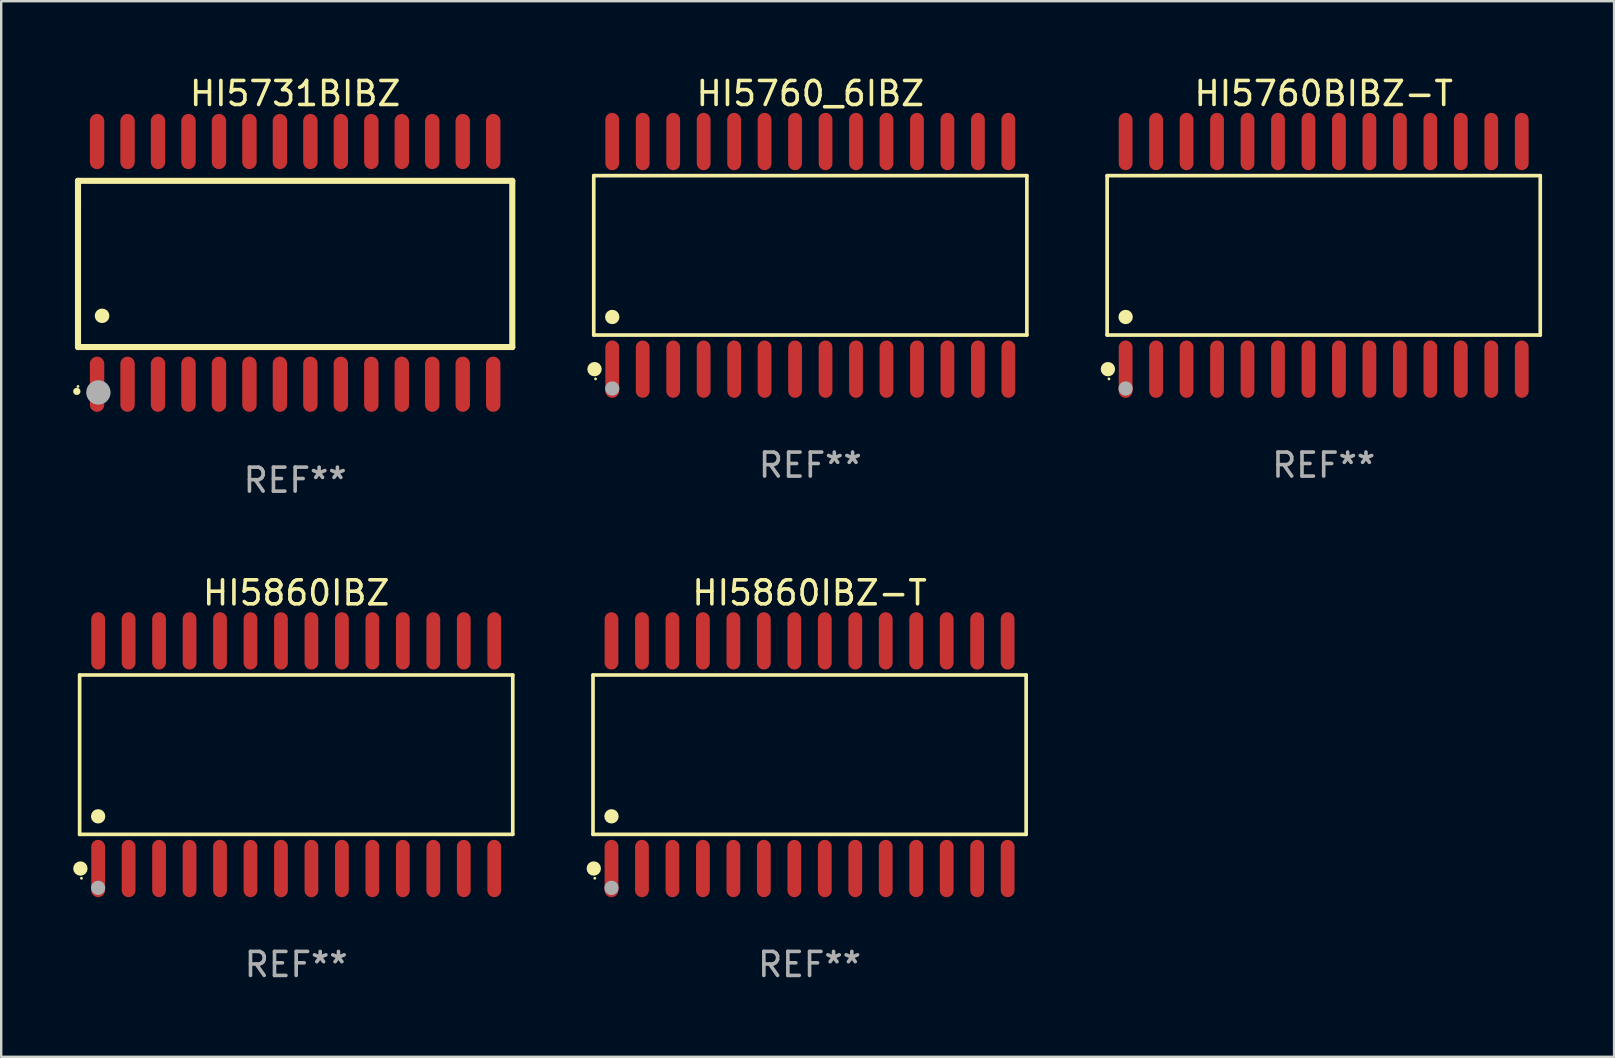
<source format=kicad_pcb>
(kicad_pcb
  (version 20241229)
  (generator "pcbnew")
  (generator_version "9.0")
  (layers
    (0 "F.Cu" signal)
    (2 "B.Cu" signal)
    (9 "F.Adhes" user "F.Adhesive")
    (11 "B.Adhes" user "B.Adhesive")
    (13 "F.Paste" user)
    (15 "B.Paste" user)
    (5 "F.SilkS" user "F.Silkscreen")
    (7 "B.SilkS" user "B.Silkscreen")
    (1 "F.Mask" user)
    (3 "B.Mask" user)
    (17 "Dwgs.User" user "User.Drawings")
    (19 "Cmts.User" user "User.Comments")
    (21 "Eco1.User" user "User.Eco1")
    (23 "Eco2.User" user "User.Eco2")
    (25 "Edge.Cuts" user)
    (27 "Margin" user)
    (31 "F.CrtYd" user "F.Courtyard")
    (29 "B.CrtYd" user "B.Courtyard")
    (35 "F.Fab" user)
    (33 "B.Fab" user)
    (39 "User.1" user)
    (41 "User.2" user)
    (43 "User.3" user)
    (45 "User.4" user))
  (footprint "HI5860IBZ-T"
    (layer "F.Cu")
    (at 30.691 28.404)
    (property "Reference" "HI5860IBZ-T" (at 0 -6.744 0) (layer "F.SilkS") (effects (font (size 1 1) (thickness 0.15))))
    (attr through_hole)
    (fp_line (start -9.026 -3.321) (end 9.026 -3.321) (stroke (width 0.152) (type solid)) (layer "F.SilkS"))
    (fp_line (start -9.026 3.321) (end -9.026 -3.321) (stroke (width 0.152) (type solid)) (layer "F.SilkS"))
    (fp_line (start 9.026 -3.321) (end 9.026 3.321) (stroke (width 0.152) (type solid)) (layer "F.SilkS"))
    (fp_line (start 9.026 3.321) (end -9.026 3.321) (stroke (width 0.152) (type solid)) (layer "F.SilkS"))
    (fp_circle (center -8.994 4.744) (end -8.844 4.744) (stroke (width 0.3) (type solid)) (fill no) (layer "F.SilkS"))
    (fp_circle (center -8.95 5.15) (end -8.92 5.15) (stroke (width 0.06) (type solid)) (fill no) (layer "F.SilkS"))
    (fp_circle (center -8.255 2.569) (end -8.105 2.569) (stroke (width 0.3) (type solid)) (fill no) (layer "F.SilkS"))
    (fp_circle (center -8.255 5.55) (end -8.105 5.55) (stroke (width 0.3) (type solid)) (fill no) (layer "F.Fab"))
    (fp_text user "REF**" (at 0 8.744 0) (layer "F.Fab") (effects (font (size 1 1) (thickness 0.15))))
    (pad "1" smd oval (at -8.255 4.744) (size 0.574 2.388) (layers "F.Cu" "F.Mask" "F.Paste"))
    (pad "2" smd oval (at -6.985 4.744) (size 0.574 2.388) (layers "F.Cu" "F.Mask" "F.Paste"))
    (pad "3" smd oval (at -5.715 4.744) (size 0.574 2.388) (layers "F.Cu" "F.Mask" "F.Paste"))
    (pad "4" smd oval (at -4.445 4.744) (size 0.574 2.388) (layers "F.Cu" "F.Mask" "F.Paste"))
    (pad "5" smd oval (at -3.175 4.744) (size 0.574 2.388) (layers "F.Cu" "F.Mask" "F.Paste"))
    (pad "6" smd oval (at -1.905 4.744) (size 0.574 2.388) (layers "F.Cu" "F.Mask" "F.Paste"))
    (pad "7" smd oval (at -0.635 4.744) (size 0.574 2.388) (layers "F.Cu" "F.Mask" "F.Paste"))
    (pad "8" smd oval (at 0.635 4.744) (size 0.574 2.388) (layers "F.Cu" "F.Mask" "F.Paste"))
    (pad "9" smd oval (at 1.905 4.744) (size 0.574 2.388) (layers "F.Cu" "F.Mask" "F.Paste"))
    (pad "10" smd oval (at 3.175 4.744) (size 0.574 2.388) (layers "F.Cu" "F.Mask" "F.Paste"))
    (pad "11" smd oval (at 4.445 4.744) (size 0.574 2.388) (layers "F.Cu" "F.Mask" "F.Paste"))
    (pad "12" smd oval (at 5.715 4.744) (size 0.574 2.388) (layers "F.Cu" "F.Mask" "F.Paste"))
    (pad "13" smd oval (at 6.985 4.744) (size 0.574 2.388) (layers "F.Cu" "F.Mask" "F.Paste"))
    (pad "14" smd oval (at 8.255 4.744) (size 0.574 2.388) (layers "F.Cu" "F.Mask" "F.Paste"))
    (pad "15" smd oval (at 8.255 -4.744) (size 0.574 2.388) (layers "F.Cu" "F.Mask" "F.Paste"))
    (pad "16" smd oval (at 6.985 -4.744) (size 0.574 2.388) (layers "F.Cu" "F.Mask" "F.Paste"))
    (pad "17" smd oval (at 5.715 -4.744) (size 0.574 2.388) (layers "F.Cu" "F.Mask" "F.Paste"))
    (pad "18" smd oval (at 4.445 -4.744) (size 0.574 2.388) (layers "F.Cu" "F.Mask" "F.Paste"))
    (pad "19" smd oval (at 3.175 -4.744) (size 0.574 2.388) (layers "F.Cu" "F.Mask" "F.Paste"))
    (pad "20" smd oval (at 1.905 -4.744) (size 0.574 2.388) (layers "F.Cu" "F.Mask" "F.Paste"))
    (pad "21" smd oval (at 0.635 -4.744) (size 0.574 2.388) (layers "F.Cu" "F.Mask" "F.Paste"))
    (pad "22" smd oval (at -0.635 -4.744) (size 0.574 2.388) (layers "F.Cu" "F.Mask" "F.Paste"))
    (pad "23" smd oval (at -1.905 -4.744) (size 0.574 2.388) (layers "F.Cu" "F.Mask" "F.Paste"))
    (pad "24" smd oval (at -3.175 -4.744) (size 0.574 2.388) (layers "F.Cu" "F.Mask" "F.Paste"))
    (pad "25" smd oval (at -4.445 -4.744) (size 0.574 2.388) (layers "F.Cu" "F.Mask" "F.Paste"))
    (pad "26" smd oval (at -5.715 -4.744) (size 0.574 2.388) (layers "F.Cu" "F.Mask" "F.Paste"))
    (pad "27" smd oval (at -6.985 -4.744) (size 0.574 2.388) (layers "F.Cu" "F.Mask" "F.Paste"))
    (pad "28" smd oval (at -8.255 -4.744) (size 0.574 2.388) (layers "F.Cu" "F.Mask" "F.Paste")))
  (footprint "HI5760BIBZ-T"
    (layer "F.Cu")
    (at 52.119 7.592)
    (property "Reference" "HI5760BIBZ-T" (at 0 -6.744 0) (layer "F.SilkS") (effects (font (size 1 1) (thickness 0.15))))
    (attr through_hole)
    (fp_line (start -9.026 -3.321) (end 9.026 -3.321) (stroke (width 0.152) (type solid)) (layer "F.SilkS"))
    (fp_line (start -9.026 3.321) (end -9.026 -3.321) (stroke (width 0.152) (type solid)) (layer "F.SilkS"))
    (fp_line (start 9.026 -3.321) (end 9.026 3.321) (stroke (width 0.152) (type solid)) (layer "F.SilkS"))
    (fp_line (start 9.026 3.321) (end -9.026 3.321) (stroke (width 0.152) (type solid)) (layer "F.SilkS"))
    (fp_circle (center -8.994 4.744) (end -8.844 4.744) (stroke (width 0.3) (type solid)) (fill no) (layer "F.SilkS"))
    (fp_circle (center -8.95 5.15) (end -8.92 5.15) (stroke (width 0.06) (type solid)) (fill no) (layer "F.SilkS"))
    (fp_circle (center -8.255 2.569) (end -8.105 2.569) (stroke (width 0.3) (type solid)) (fill no) (layer "F.SilkS"))
    (fp_circle (center -8.255 5.55) (end -8.105 5.55) (stroke (width 0.3) (type solid)) (fill no) (layer "F.Fab"))
    (fp_text user "REF**" (at 0 8.744 0) (layer "F.Fab") (effects (font (size 1 1) (thickness 0.15))))
    (pad "1" smd oval (at -8.255 4.744) (size 0.574 2.388) (layers "F.Cu" "F.Mask" "F.Paste"))
    (pad "2" smd oval (at -6.985 4.744) (size 0.574 2.388) (layers "F.Cu" "F.Mask" "F.Paste"))
    (pad "3" smd oval (at -5.715 4.744) (size 0.574 2.388) (layers "F.Cu" "F.Mask" "F.Paste"))
    (pad "4" smd oval (at -4.445 4.744) (size 0.574 2.388) (layers "F.Cu" "F.Mask" "F.Paste"))
    (pad "5" smd oval (at -3.175 4.744) (size 0.574 2.388) (layers "F.Cu" "F.Mask" "F.Paste"))
    (pad "6" smd oval (at -1.905 4.744) (size 0.574 2.388) (layers "F.Cu" "F.Mask" "F.Paste"))
    (pad "7" smd oval (at -0.635 4.744) (size 0.574 2.388) (layers "F.Cu" "F.Mask" "F.Paste"))
    (pad "8" smd oval (at 0.635 4.744) (size 0.574 2.388) (layers "F.Cu" "F.Mask" "F.Paste"))
    (pad "9" smd oval (at 1.905 4.744) (size 0.574 2.388) (layers "F.Cu" "F.Mask" "F.Paste"))
    (pad "10" smd oval (at 3.175 4.744) (size 0.574 2.388) (layers "F.Cu" "F.Mask" "F.Paste"))
    (pad "11" smd oval (at 4.445 4.744) (size 0.574 2.388) (layers "F.Cu" "F.Mask" "F.Paste"))
    (pad "12" smd oval (at 5.715 4.744) (size 0.574 2.388) (layers "F.Cu" "F.Mask" "F.Paste"))
    (pad "13" smd oval (at 6.985 4.744) (size 0.574 2.388) (layers "F.Cu" "F.Mask" "F.Paste"))
    (pad "14" smd oval (at 8.255 4.744) (size 0.574 2.388) (layers "F.Cu" "F.Mask" "F.Paste"))
    (pad "15" smd oval (at 8.255 -4.744) (size 0.574 2.388) (layers "F.Cu" "F.Mask" "F.Paste"))
    (pad "16" smd oval (at 6.985 -4.744) (size 0.574 2.388) (layers "F.Cu" "F.Mask" "F.Paste"))
    (pad "17" smd oval (at 5.715 -4.744) (size 0.574 2.388) (layers "F.Cu" "F.Mask" "F.Paste"))
    (pad "18" smd oval (at 4.445 -4.744) (size 0.574 2.388) (layers "F.Cu" "F.Mask" "F.Paste"))
    (pad "19" smd oval (at 3.175 -4.744) (size 0.574 2.388) (layers "F.Cu" "F.Mask" "F.Paste"))
    (pad "20" smd oval (at 1.905 -4.744) (size 0.574 2.388) (layers "F.Cu" "F.Mask" "F.Paste"))
    (pad "21" smd oval (at 0.635 -4.744) (size 0.574 2.388) (layers "F.Cu" "F.Mask" "F.Paste"))
    (pad "22" smd oval (at -0.635 -4.744) (size 0.574 2.388) (layers "F.Cu" "F.Mask" "F.Paste"))
    (pad "23" smd oval (at -1.905 -4.744) (size 0.574 2.388) (layers "F.Cu" "F.Mask" "F.Paste"))
    (pad "24" smd oval (at -3.175 -4.744) (size 0.574 2.388) (layers "F.Cu" "F.Mask" "F.Paste"))
    (pad "25" smd oval (at -4.445 -4.744) (size 0.574 2.388) (layers "F.Cu" "F.Mask" "F.Paste"))
    (pad "26" smd oval (at -5.715 -4.744) (size 0.574 2.388) (layers "F.Cu" "F.Mask" "F.Paste"))
    (pad "27" smd oval (at -6.985 -4.744) (size 0.574 2.388) (layers "F.Cu" "F.Mask" "F.Paste"))
    (pad "28" smd oval (at -8.255 -4.744) (size 0.574 2.388) (layers "F.Cu" "F.Mask" "F.Paste")))
  (footprint "HI5860IBZ"
    (layer "F.Cu")
    (at 9.295 28.404)
    (property "Reference" "HI5860IBZ" (at 0 -6.744 0) (layer "F.SilkS") (effects (font (size 1 1) (thickness 0.15))))
    (attr through_hole)
    (fp_line (start -9.026 -3.321) (end 9.026 -3.321) (stroke (width 0.152) (type solid)) (layer "F.SilkS"))
    (fp_line (start -9.026 3.321) (end -9.026 -3.321) (stroke (width 0.152) (type solid)) (layer "F.SilkS"))
    (fp_line (start 9.026 -3.321) (end 9.026 3.321) (stroke (width 0.152) (type solid)) (layer "F.SilkS"))
    (fp_line (start 9.026 3.321) (end -9.026 3.321) (stroke (width 0.152) (type solid)) (layer "F.SilkS"))
    (fp_circle (center -8.994 4.744) (end -8.844 4.744) (stroke (width 0.3) (type solid)) (fill no) (layer "F.SilkS"))
    (fp_circle (center -8.95 5.15) (end -8.92 5.15) (stroke (width 0.06) (type solid)) (fill no) (layer "F.SilkS"))
    (fp_circle (center -8.255 2.569) (end -8.105 2.569) (stroke (width 0.3) (type solid)) (fill no) (layer "F.SilkS"))
    (fp_circle (center -8.255 5.55) (end -8.105 5.55) (stroke (width 0.3) (type solid)) (fill no) (layer "F.Fab"))
    (fp_text user "REF**" (at 0 8.744 0) (layer "F.Fab") (effects (font (size 1 1) (thickness 0.15))))
    (pad "1" smd oval (at -8.255 4.744) (size 0.574 2.388) (layers "F.Cu" "F.Mask" "F.Paste"))
    (pad "2" smd oval (at -6.985 4.744) (size 0.574 2.388) (layers "F.Cu" "F.Mask" "F.Paste"))
    (pad "3" smd oval (at -5.715 4.744) (size 0.574 2.388) (layers "F.Cu" "F.Mask" "F.Paste"))
    (pad "4" smd oval (at -4.445 4.744) (size 0.574 2.388) (layers "F.Cu" "F.Mask" "F.Paste"))
    (pad "5" smd oval (at -3.175 4.744) (size 0.574 2.388) (layers "F.Cu" "F.Mask" "F.Paste"))
    (pad "6" smd oval (at -1.905 4.744) (size 0.574 2.388) (layers "F.Cu" "F.Mask" "F.Paste"))
    (pad "7" smd oval (at -0.635 4.744) (size 0.574 2.388) (layers "F.Cu" "F.Mask" "F.Paste"))
    (pad "8" smd oval (at 0.635 4.744) (size 0.574 2.388) (layers "F.Cu" "F.Mask" "F.Paste"))
    (pad "9" smd oval (at 1.905 4.744) (size 0.574 2.388) (layers "F.Cu" "F.Mask" "F.Paste"))
    (pad "10" smd oval (at 3.175 4.744) (size 0.574 2.388) (layers "F.Cu" "F.Mask" "F.Paste"))
    (pad "11" smd oval (at 4.445 4.744) (size 0.574 2.388) (layers "F.Cu" "F.Mask" "F.Paste"))
    (pad "12" smd oval (at 5.715 4.744) (size 0.574 2.388) (layers "F.Cu" "F.Mask" "F.Paste"))
    (pad "13" smd oval (at 6.985 4.744) (size 0.574 2.388) (layers "F.Cu" "F.Mask" "F.Paste"))
    (pad "14" smd oval (at 8.255 4.744) (size 0.574 2.388) (layers "F.Cu" "F.Mask" "F.Paste"))
    (pad "15" smd oval (at 8.255 -4.744) (size 0.574 2.388) (layers "F.Cu" "F.Mask" "F.Paste"))
    (pad "16" smd oval (at 6.985 -4.744) (size 0.574 2.388) (layers "F.Cu" "F.Mask" "F.Paste"))
    (pad "17" smd oval (at 5.715 -4.744) (size 0.574 2.388) (layers "F.Cu" "F.Mask" "F.Paste"))
    (pad "18" smd oval (at 4.445 -4.744) (size 0.574 2.388) (layers "F.Cu" "F.Mask" "F.Paste"))
    (pad "19" smd oval (at 3.175 -4.744) (size 0.574 2.388) (layers "F.Cu" "F.Mask" "F.Paste"))
    (pad "20" smd oval (at 1.905 -4.744) (size 0.574 2.388) (layers "F.Cu" "F.Mask" "F.Paste"))
    (pad "21" smd oval (at 0.635 -4.744) (size 0.574 2.388) (layers "F.Cu" "F.Mask" "F.Paste"))
    (pad "22" smd oval (at -0.635 -4.744) (size 0.574 2.388) (layers "F.Cu" "F.Mask" "F.Paste"))
    (pad "23" smd oval (at -1.905 -4.744) (size 0.574 2.388) (layers "F.Cu" "F.Mask" "F.Paste"))
    (pad "24" smd oval (at -3.175 -4.744) (size 0.574 2.388) (layers "F.Cu" "F.Mask" "F.Paste"))
    (pad "25" smd oval (at -4.445 -4.744) (size 0.574 2.388) (layers "F.Cu" "F.Mask" "F.Paste"))
    (pad "26" smd oval (at -5.715 -4.744) (size 0.574 2.388) (layers "F.Cu" "F.Mask" "F.Paste"))
    (pad "27" smd oval (at -6.985 -4.744) (size 0.574 2.388) (layers "F.Cu" "F.Mask" "F.Paste"))
    (pad "28" smd oval (at -8.255 -4.744) (size 0.574 2.388) (layers "F.Cu" "F.Mask" "F.Paste")))
  (footprint "HI5760_6IBZ"
    (layer "F.Cu")
    (at 30.722 7.592)
    (property "Reference" "HI5760_6IBZ" (at 0 -6.744 0) (layer "F.SilkS") (effects (font (size 1 1) (thickness 0.15))))
    (attr through_hole)
    (fp_line (start -9.026 -3.321) (end 9.026 -3.321) (stroke (width 0.152) (type solid)) (layer "F.SilkS"))
    (fp_line (start -9.026 3.321) (end -9.026 -3.321) (stroke (width 0.152) (type solid)) (layer "F.SilkS"))
    (fp_line (start 9.026 -3.321) (end 9.026 3.321) (stroke (width 0.152) (type solid)) (layer "F.SilkS"))
    (fp_line (start 9.026 3.321) (end -9.026 3.321) (stroke (width 0.152) (type solid)) (layer "F.SilkS"))
    (fp_circle (center -8.994 4.744) (end -8.844 4.744) (stroke (width 0.3) (type solid)) (fill no) (layer "F.SilkS"))
    (fp_circle (center -8.95 5.15) (end -8.92 5.15) (stroke (width 0.06) (type solid)) (fill no) (layer "F.SilkS"))
    (fp_circle (center -8.255 2.569) (end -8.105 2.569) (stroke (width 0.3) (type solid)) (fill no) (layer "F.SilkS"))
    (fp_circle (center -8.255 5.55) (end -8.105 5.55) (stroke (width 0.3) (type solid)) (fill no) (layer "F.Fab"))
    (fp_text user "REF**" (at 0 8.744 0) (layer "F.Fab") (effects (font (size 1 1) (thickness 0.15))))
    (pad "1" smd oval (at -8.255 4.744) (size 0.574 2.388) (layers "F.Cu" "F.Mask" "F.Paste"))
    (pad "2" smd oval (at -6.985 4.744) (size 0.574 2.388) (layers "F.Cu" "F.Mask" "F.Paste"))
    (pad "3" smd oval (at -5.715 4.744) (size 0.574 2.388) (layers "F.Cu" "F.Mask" "F.Paste"))
    (pad "4" smd oval (at -4.445 4.744) (size 0.574 2.388) (layers "F.Cu" "F.Mask" "F.Paste"))
    (pad "5" smd oval (at -3.175 4.744) (size 0.574 2.388) (layers "F.Cu" "F.Mask" "F.Paste"))
    (pad "6" smd oval (at -1.905 4.744) (size 0.574 2.388) (layers "F.Cu" "F.Mask" "F.Paste"))
    (pad "7" smd oval (at -0.635 4.744) (size 0.574 2.388) (layers "F.Cu" "F.Mask" "F.Paste"))
    (pad "8" smd oval (at 0.635 4.744) (size 0.574 2.388) (layers "F.Cu" "F.Mask" "F.Paste"))
    (pad "9" smd oval (at 1.905 4.744) (size 0.574 2.388) (layers "F.Cu" "F.Mask" "F.Paste"))
    (pad "10" smd oval (at 3.175 4.744) (size 0.574 2.388) (layers "F.Cu" "F.Mask" "F.Paste"))
    (pad "11" smd oval (at 4.445 4.744) (size 0.574 2.388) (layers "F.Cu" "F.Mask" "F.Paste"))
    (pad "12" smd oval (at 5.715 4.744) (size 0.574 2.388) (layers "F.Cu" "F.Mask" "F.Paste"))
    (pad "13" smd oval (at 6.985 4.744) (size 0.574 2.388) (layers "F.Cu" "F.Mask" "F.Paste"))
    (pad "14" smd oval (at 8.255 4.744) (size 0.574 2.388) (layers "F.Cu" "F.Mask" "F.Paste"))
    (pad "15" smd oval (at 8.255 -4.744) (size 0.574 2.388) (layers "F.Cu" "F.Mask" "F.Paste"))
    (pad "16" smd oval (at 6.985 -4.744) (size 0.574 2.388) (layers "F.Cu" "F.Mask" "F.Paste"))
    (pad "17" smd oval (at 5.715 -4.744) (size 0.574 2.388) (layers "F.Cu" "F.Mask" "F.Paste"))
    (pad "18" smd oval (at 4.445 -4.744) (size 0.574 2.388) (layers "F.Cu" "F.Mask" "F.Paste"))
    (pad "19" smd oval (at 3.175 -4.744) (size 0.574 2.388) (layers "F.Cu" "F.Mask" "F.Paste"))
    (pad "20" smd oval (at 1.905 -4.744) (size 0.574 2.388) (layers "F.Cu" "F.Mask" "F.Paste"))
    (pad "21" smd oval (at 0.635 -4.744) (size 0.574 2.388) (layers "F.Cu" "F.Mask" "F.Paste"))
    (pad "22" smd oval (at -0.635 -4.744) (size 0.574 2.388) (layers "F.Cu" "F.Mask" "F.Paste"))
    (pad "23" smd oval (at -1.905 -4.744) (size 0.574 2.388) (layers "F.Cu" "F.Mask" "F.Paste"))
    (pad "24" smd oval (at -3.175 -4.744) (size 0.574 2.388) (layers "F.Cu" "F.Mask" "F.Paste"))
    (pad "25" smd oval (at -4.445 -4.744) (size 0.574 2.388) (layers "F.Cu" "F.Mask" "F.Paste"))
    (pad "26" smd oval (at -5.715 -4.744) (size 0.574 2.388) (layers "F.Cu" "F.Mask" "F.Paste"))
    (pad "27" smd oval (at -6.985 -4.744) (size 0.574 2.388) (layers "F.Cu" "F.Mask" "F.Paste"))
    (pad "28" smd oval (at -8.255 -4.744) (size 0.574 2.388) (layers "F.Cu" "F.Mask" "F.Paste")))
  (footprint "HI5731BIBZ"
    (layer "F.Cu")
    (at 9.251 7.906)
    (property "Reference" "HI5731BIBZ" (at 0 -7.058 0) (layer "F.SilkS") (effects (font (size 1 1) (thickness 0.15))))
    (attr through_hole)
    (fp_line (start -9.05 -3.42) (end 9.05 -3.42) (stroke (width 0.254) (type solid)) (layer "F.SilkS"))
    (fp_line (start -9.05 -2.492) (end -9.05 -3.42) (stroke (width 0.254) (type solid)) (layer "F.SilkS"))
    (fp_line (start -9.05 3.508) (end -9.05 -2.492) (stroke (width 0.254) (type solid)) (layer "F.SilkS"))
    (fp_line (start 9.05 -3.42) (end 9.05 3.508) (stroke (width 0.254) (type solid)) (layer "F.SilkS"))
    (fp_line (start 9.05 3.508) (end -9.05 3.508) (stroke (width 0.254) (type solid)) (layer "F.SilkS"))
    (fp_arc (start -9.100838 5.35649) (mid -9.099568 5.356485) (end -9.098298 5.35649) (stroke (width 0.3) (type solid)) (layer "F.SilkS"))
    (fp_arc (start -8.049276 2.206883) (mid -8.046736 2.206872) (end -8.044196 2.206883) (stroke (width 0.6) (type solid)) (layer "F.SilkS"))
    (fp_circle (center -9.05 5.15) (end -9.02 5.15) (stroke (width 0.06) (type solid)) (fill no) (layer "F.SilkS"))
    (fp_circle (center -8.2 5.4) (end -7.946 5.4) (stroke (width 0.508) (type solid)) (fill no) (layer "F.Fab"))
    (fp_text user "REF**" (at 0 9.058 0) (layer "F.Fab") (effects (font (size 1 1) (thickness 0.15))))
    (pad "1" smd oval (at -8.255 5.058 180) (size 0.6 2.3) (layers "F.Cu" "F.Mask" "F.Paste"))
    (pad "2" smd oval (at -6.985 5.058 180) (size 0.6 2.3) (layers "F.Cu" "F.Mask" "F.Paste"))
    (pad "3" smd oval (at -5.715 5.058 180) (size 0.6 2.3) (layers "F.Cu" "F.Mask" "F.Paste"))
    (pad "4" smd oval (at -4.445 5.058 180) (size 0.6 2.3) (layers "F.Cu" "F.Mask" "F.Paste"))
    (pad "5" smd oval (at -3.175 5.058 180) (size 0.6 2.3) (layers "F.Cu" "F.Mask" "F.Paste"))
    (pad "6" smd oval (at -1.905 5.058 180) (size 0.6 2.3) (layers "F.Cu" "F.Mask" "F.Paste"))
    (pad "7" smd oval (at -0.635 5.058 180) (size 0.6 2.3) (layers "F.Cu" "F.Mask" "F.Paste"))
    (pad "8" smd oval (at 0.635 5.058 180) (size 0.6 2.3) (layers "F.Cu" "F.Mask" "F.Paste"))
    (pad "9" smd oval (at 1.905 5.058 180) (size 0.6 2.3) (layers "F.Cu" "F.Mask" "F.Paste"))
    (pad "10" smd oval (at 3.175 5.058 180) (size 0.6 2.3) (layers "F.Cu" "F.Mask" "F.Paste"))
    (pad "11" smd oval (at 4.445 5.058 180) (size 0.6 2.3) (layers "F.Cu" "F.Mask" "F.Paste"))
    (pad "12" smd oval (at 5.715 5.058 180) (size 0.6 2.3) (layers "F.Cu" "F.Mask" "F.Paste"))
    (pad "13" smd oval (at 6.985 5.058 180) (size 0.6 2.3) (layers "F.Cu" "F.Mask" "F.Paste"))
    (pad "14" smd oval (at 8.255 5.058 180) (size 0.6 2.3) (layers "F.Cu" "F.Mask" "F.Paste"))
    (pad "15" smd oval (at 8.255 -5.058 180) (size 0.6 2.3) (layers "F.Cu" "F.Mask" "F.Paste"))
    (pad "16" smd oval (at 6.985 -5.058 180) (size 0.6 2.3) (layers "F.Cu" "F.Mask" "F.Paste"))
    (pad "17" smd oval (at 5.715 -5.058 180) (size 0.6 2.3) (layers "F.Cu" "F.Mask" "F.Paste"))
    (pad "18" smd oval (at 4.445 -5.058 180) (size 0.6 2.3) (layers "F.Cu" "F.Mask" "F.Paste"))
    (pad "19" smd oval (at 3.175 -5.058 180) (size 0.6 2.3) (layers "F.Cu" "F.Mask" "F.Paste"))
    (pad "20" smd oval (at 1.905 -5.058 180) (size 0.6 2.3) (layers "F.Cu" "F.Mask" "F.Paste"))
    (pad "21" smd oval (at 0.635 -5.058 180) (size 0.6 2.3) (layers "F.Cu" "F.Mask" "F.Paste"))
    (pad "22" smd oval (at -0.635 -5.058 180) (size 0.6 2.3) (layers "F.Cu" "F.Mask" "F.Paste"))
    (pad "23" smd oval (at -1.905 -5.058 180) (size 0.6 2.3) (layers "F.Cu" "F.Mask" "F.Paste"))
    (pad "24" smd oval (at -3.175 -5.058 180) (size 0.6 2.3) (layers "F.Cu" "F.Mask" "F.Paste"))
    (pad "25" smd oval (at -4.445 -5.058 180) (size 0.6 2.3) (layers "F.Cu" "F.Mask" "F.Paste"))
    (pad "26" smd oval (at -5.715 -5.058 180) (size 0.6 2.3) (layers "F.Cu" "F.Mask" "F.Paste"))
    (pad "27" smd oval (at -6.985 -5.058 180) (size 0.6 2.3) (layers "F.Cu" "F.Mask" "F.Paste"))
    (pad "28" smd oval (at -8.255 -5.058 180) (size 0.6 2.3) (layers "F.Cu" "F.Mask" "F.Paste")))
  (gr_rect
    (start -3 -3)
    (end 64.222 40.996)
    (stroke (width 0.1) (type default))
    (fill no)
    (layer "Edge.Cuts")))
</source>
